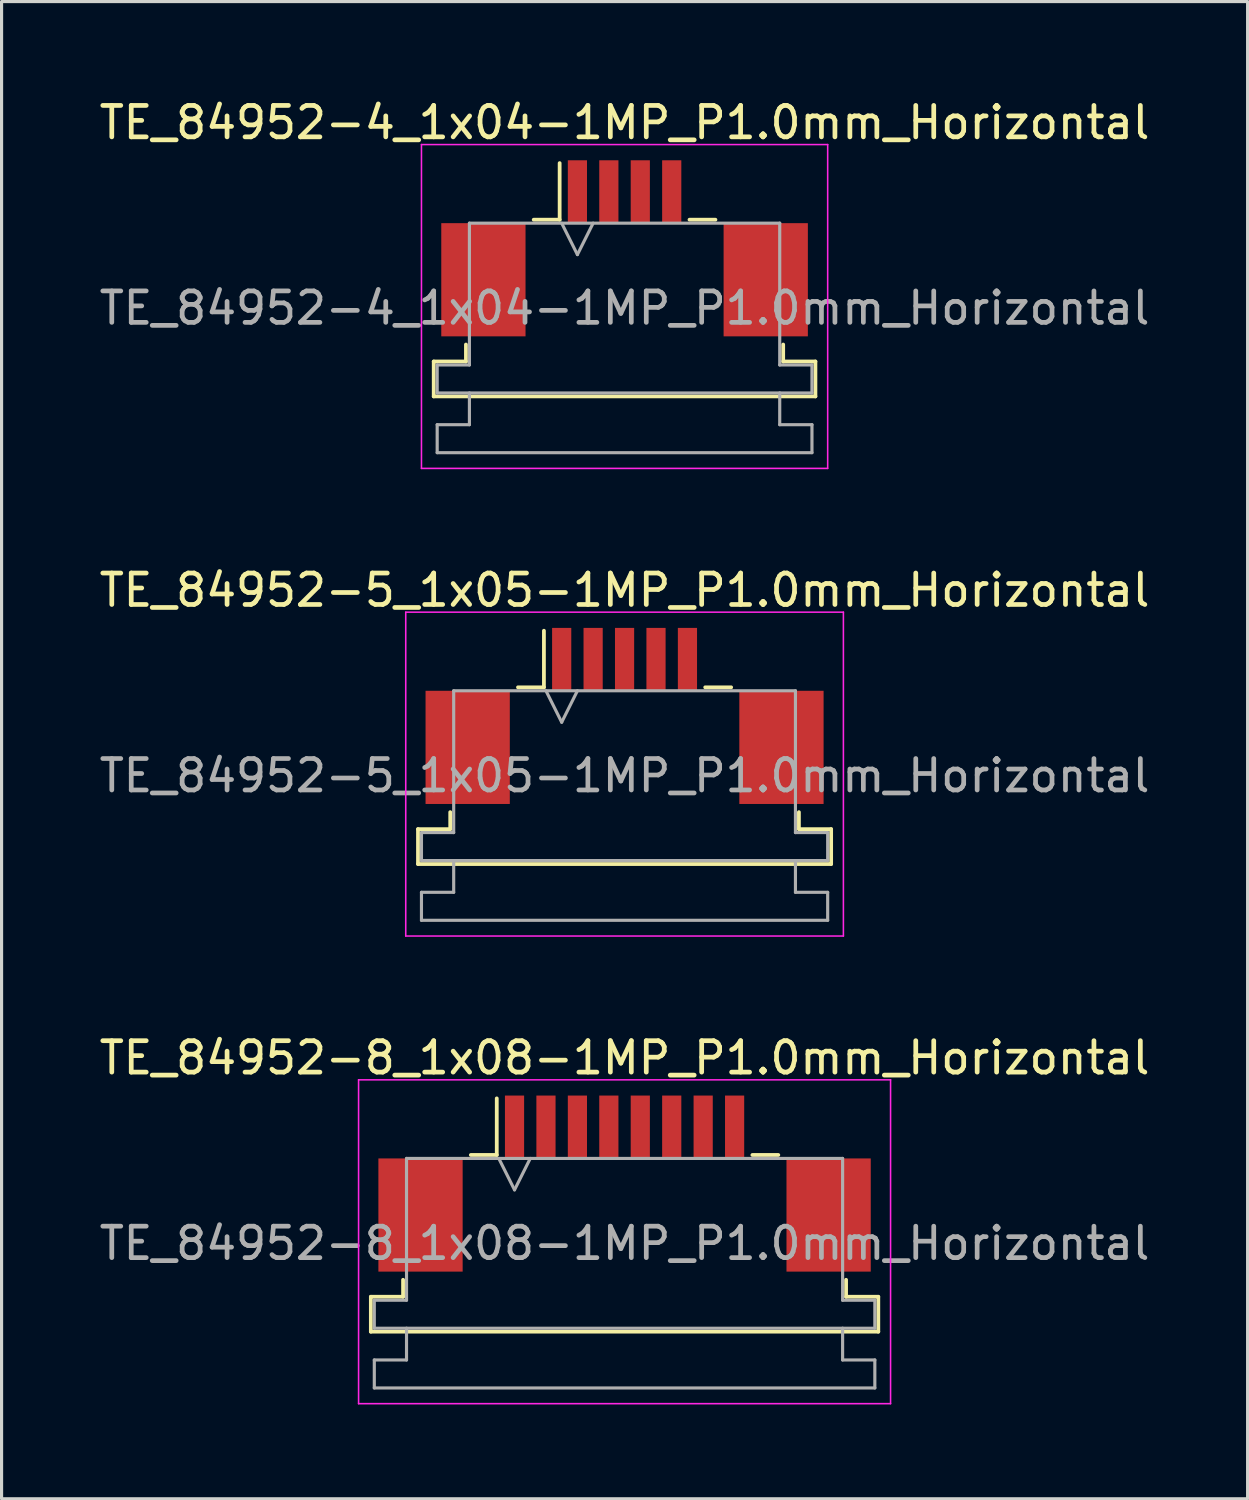
<source format=kicad_pcb>
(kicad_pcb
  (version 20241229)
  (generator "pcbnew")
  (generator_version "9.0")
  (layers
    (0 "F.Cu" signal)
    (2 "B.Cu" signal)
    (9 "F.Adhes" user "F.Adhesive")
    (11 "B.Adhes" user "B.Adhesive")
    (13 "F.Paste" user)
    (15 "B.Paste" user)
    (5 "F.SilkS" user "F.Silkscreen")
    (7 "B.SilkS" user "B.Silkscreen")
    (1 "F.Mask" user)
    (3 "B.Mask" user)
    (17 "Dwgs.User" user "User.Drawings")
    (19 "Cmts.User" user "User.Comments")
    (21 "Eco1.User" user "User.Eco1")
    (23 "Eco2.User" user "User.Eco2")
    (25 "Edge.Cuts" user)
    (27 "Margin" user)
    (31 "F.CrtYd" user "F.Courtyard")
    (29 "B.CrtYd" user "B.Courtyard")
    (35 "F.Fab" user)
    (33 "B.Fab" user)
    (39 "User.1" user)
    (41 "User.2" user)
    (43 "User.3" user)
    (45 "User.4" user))
  (footprint "TE_84952-5_1x05-1MP_P1.0mm_Horizontal"
    (layer "F.Cu")
    (at 16.815 19.721)
    (property "Reference" "TE_84952-5_1x05-1MP_P1.0mm_Horizontal" (at 0 -4 0) (layer "F.SilkS") (effects (font (size 1 1) (thickness 0.15))))
    (attr smd)
    (fp_line (start -6.57 3.6) (end -5.545 3.6) (stroke (width 0.12) (type solid)) (layer "F.SilkS"))
    (fp_line (start -6.57 4.71) (end -6.57 3.6) (stroke (width 0.12) (type solid)) (layer "F.SilkS"))
    (fp_line (start -5.545 3.6) (end -5.545 3.06) (stroke (width 0.12) (type solid)) (layer "F.SilkS"))
    (fp_line (start -3.39 -0.91) (end -2.565 -0.91) (stroke (width 0.12) (type solid)) (layer "F.SilkS"))
    (fp_line (start -2.565 -0.91) (end -2.565 -2.71) (stroke (width 0.12) (type solid)) (layer "F.SilkS"))
    (fp_line (start 2.565 -0.91) (end 3.39 -0.91) (stroke (width 0.12) (type solid)) (layer "F.SilkS"))
    (fp_line (start 5.545 3.06) (end 5.545 3.6) (stroke (width 0.12) (type solid)) (layer "F.SilkS"))
    (fp_line (start 5.545 3.6) (end 6.57 3.6) (stroke (width 0.12) (type solid)) (layer "F.SilkS"))
    (fp_line (start 6.57 3.6) (end 6.57 4.71) (stroke (width 0.12) (type solid)) (layer "F.SilkS"))
    (fp_line (start 6.57 4.71) (end -6.57 4.71) (stroke (width 0.12) (type solid)) (layer "F.SilkS"))
    (fp_line (start -6.96 -3.3) (end -6.96 7) (stroke (width 0.05) (type solid)) (layer "F.CrtYd"))
    (fp_line (start -6.96 7) (end 6.96 7) (stroke (width 0.05) (type solid)) (layer "F.CrtYd"))
    (fp_line (start 6.96 -3.3) (end -6.96 -3.3) (stroke (width 0.05) (type solid)) (layer "F.CrtYd"))
    (fp_line (start 6.96 7) (end 6.96 -3.3) (stroke (width 0.05) (type solid)) (layer "F.CrtYd"))
    (fp_line (start -6.46 3.71) (end -5.435 3.71) (stroke (width 0.1) (type solid)) (layer "F.Fab"))
    (fp_line (start -6.46 4.6) (end -6.46 3.71) (stroke (width 0.1) (type solid)) (layer "F.Fab"))
    (fp_line (start -6.46 5.61) (end -5.435 5.61) (stroke (width 0.1) (type solid)) (layer "F.Fab"))
    (fp_line (start -6.46 6.5) (end -6.46 5.61) (stroke (width 0.1) (type solid)) (layer "F.Fab"))
    (fp_line (start -5.435 -0.8) (end 5.435 -0.8) (stroke (width 0.1) (type solid)) (layer "F.Fab"))
    (fp_line (start -5.435 3.71) (end -5.435 -0.8) (stroke (width 0.1) (type solid)) (layer "F.Fab"))
    (fp_line (start -5.435 5.61) (end -5.435 4.6) (stroke (width 0.1) (type solid)) (layer "F.Fab"))
    (fp_line (start -2.5 -0.8) (end -2 0.2) (stroke (width 0.1) (type solid)) (layer "F.Fab"))
    (fp_line (start -2 0.2) (end -1.5 -0.8) (stroke (width 0.1) (type solid)) (layer "F.Fab"))
    (fp_line (start 5.435 -0.8) (end 5.435 3.71) (stroke (width 0.1) (type solid)) (layer "F.Fab"))
    (fp_line (start 5.435 3.71) (end 6.46 3.71) (stroke (width 0.1) (type solid)) (layer "F.Fab"))
    (fp_line (start 5.435 4.6) (end 5.435 5.61) (stroke (width 0.1) (type solid)) (layer "F.Fab"))
    (fp_line (start 5.435 5.61) (end 6.46 5.61) (stroke (width 0.1) (type solid)) (layer "F.Fab"))
    (fp_line (start 6.46 3.71) (end 6.46 4.6) (stroke (width 0.1) (type solid)) (layer "F.Fab"))
    (fp_line (start 6.46 4.6) (end -6.46 4.6) (stroke (width 0.1) (type solid)) (layer "F.Fab"))
    (fp_line (start 6.46 5.61) (end 6.46 6.5) (stroke (width 0.1) (type solid)) (layer "F.Fab"))
    (fp_line (start 6.46 6.5) (end -6.46 6.5) (stroke (width 0.1) (type solid)) (layer "F.Fab"))
    (fp_text user "${REFERENCE}" (at 0 1.9 0) (layer "F.Fab") (effects (font (size 1 1) (thickness 0.15))))
    (pad "1" smd rect (at -2 -1.8) (size 0.61 2) (layers "F.Cu" "F.Mask" "F.Paste"))
    (pad "2" smd rect (at -1 -1.8) (size 0.61 2) (layers "F.Cu" "F.Mask" "F.Paste"))
    (pad "3" smd rect (at 0 -1.8) (size 0.61 2) (layers "F.Cu" "F.Mask" "F.Paste"))
    (pad "4" smd rect (at 1 -1.8) (size 0.61 2) (layers "F.Cu" "F.Mask" "F.Paste"))
    (pad "5" smd rect (at 2 -1.8) (size 0.61 2) (layers "F.Cu" "F.Mask" "F.Paste"))
    (pad "MP" smd rect (at -4.99 1) (size 2.68 3.6) (layers "F.Cu" "F.Mask" "F.Paste"))
    (pad "MP" smd rect (at 4.99 1) (size 2.68 3.6) (layers "F.Cu" "F.Mask" "F.Paste")))
  (footprint "TE_84952-8_1x08-1MP_P1.0mm_Horizontal"
    (layer "F.Cu")
    (at 16.815 34.595)
    (property "Reference" "TE_84952-8_1x08-1MP_P1.0mm_Horizontal" (at 0 -4 0) (layer "F.SilkS") (effects (font (size 1 1) (thickness 0.15))))
    (attr smd)
    (fp_line (start -8.07 3.6) (end -7.045 3.6) (stroke (width 0.12) (type solid)) (layer "F.SilkS"))
    (fp_line (start -8.07 4.71) (end -8.07 3.6) (stroke (width 0.12) (type solid)) (layer "F.SilkS"))
    (fp_line (start -7.045 3.6) (end -7.045 3.06) (stroke (width 0.12) (type solid)) (layer "F.SilkS"))
    (fp_line (start -4.89 -0.91) (end -4.065 -0.91) (stroke (width 0.12) (type solid)) (layer "F.SilkS"))
    (fp_line (start -4.065 -0.91) (end -4.065 -2.71) (stroke (width 0.12) (type solid)) (layer "F.SilkS"))
    (fp_line (start 4.065 -0.91) (end 4.89 -0.91) (stroke (width 0.12) (type solid)) (layer "F.SilkS"))
    (fp_line (start 7.045 3.06) (end 7.045 3.6) (stroke (width 0.12) (type solid)) (layer "F.SilkS"))
    (fp_line (start 7.045 3.6) (end 8.07 3.6) (stroke (width 0.12) (type solid)) (layer "F.SilkS"))
    (fp_line (start 8.07 3.6) (end 8.07 4.71) (stroke (width 0.12) (type solid)) (layer "F.SilkS"))
    (fp_line (start 8.07 4.71) (end -8.07 4.71) (stroke (width 0.12) (type solid)) (layer "F.SilkS"))
    (fp_line (start -8.46 -3.3) (end -8.46 7) (stroke (width 0.05) (type solid)) (layer "F.CrtYd"))
    (fp_line (start -8.46 7) (end 8.46 7) (stroke (width 0.05) (type solid)) (layer "F.CrtYd"))
    (fp_line (start 8.46 -3.3) (end -8.46 -3.3) (stroke (width 0.05) (type solid)) (layer "F.CrtYd"))
    (fp_line (start 8.46 7) (end 8.46 -3.3) (stroke (width 0.05) (type solid)) (layer "F.CrtYd"))
    (fp_line (start -7.96 3.71) (end -6.935 3.71) (stroke (width 0.1) (type solid)) (layer "F.Fab"))
    (fp_line (start -7.96 4.6) (end -7.96 3.71) (stroke (width 0.1) (type solid)) (layer "F.Fab"))
    (fp_line (start -7.96 5.61) (end -6.935 5.61) (stroke (width 0.1) (type solid)) (layer "F.Fab"))
    (fp_line (start -7.96 6.5) (end -7.96 5.61) (stroke (width 0.1) (type solid)) (layer "F.Fab"))
    (fp_line (start -6.935 -0.8) (end 6.935 -0.8) (stroke (width 0.1) (type solid)) (layer "F.Fab"))
    (fp_line (start -6.935 3.71) (end -6.935 -0.8) (stroke (width 0.1) (type solid)) (layer "F.Fab"))
    (fp_line (start -6.935 5.61) (end -6.935 4.6) (stroke (width 0.1) (type solid)) (layer "F.Fab"))
    (fp_line (start -4 -0.8) (end -3.5 0.2) (stroke (width 0.1) (type solid)) (layer "F.Fab"))
    (fp_line (start -3.5 0.2) (end -3 -0.8) (stroke (width 0.1) (type solid)) (layer "F.Fab"))
    (fp_line (start 6.935 -0.8) (end 6.935 3.71) (stroke (width 0.1) (type solid)) (layer "F.Fab"))
    (fp_line (start 6.935 3.71) (end 7.96 3.71) (stroke (width 0.1) (type solid)) (layer "F.Fab"))
    (fp_line (start 6.935 4.6) (end 6.935 5.61) (stroke (width 0.1) (type solid)) (layer "F.Fab"))
    (fp_line (start 6.935 5.61) (end 7.96 5.61) (stroke (width 0.1) (type solid)) (layer "F.Fab"))
    (fp_line (start 7.96 3.71) (end 7.96 4.6) (stroke (width 0.1) (type solid)) (layer "F.Fab"))
    (fp_line (start 7.96 4.6) (end -7.96 4.6) (stroke (width 0.1) (type solid)) (layer "F.Fab"))
    (fp_line (start 7.96 5.61) (end 7.96 6.5) (stroke (width 0.1) (type solid)) (layer "F.Fab"))
    (fp_line (start 7.96 6.5) (end -7.96 6.5) (stroke (width 0.1) (type solid)) (layer "F.Fab"))
    (fp_text user "${REFERENCE}" (at 0 1.9 0) (layer "F.Fab") (effects (font (size 1 1) (thickness 0.15))))
    (pad "1" smd rect (at -3.5 -1.8) (size 0.61 2) (layers "F.Cu" "F.Mask" "F.Paste"))
    (pad "2" smd rect (at -2.5 -1.8) (size 0.61 2) (layers "F.Cu" "F.Mask" "F.Paste"))
    (pad "3" smd rect (at -1.5 -1.8) (size 0.61 2) (layers "F.Cu" "F.Mask" "F.Paste"))
    (pad "4" smd rect (at -0.5 -1.8) (size 0.61 2) (layers "F.Cu" "F.Mask" "F.Paste"))
    (pad "5" smd rect (at 0.5 -1.8) (size 0.61 2) (layers "F.Cu" "F.Mask" "F.Paste"))
    (pad "6" smd rect (at 1.5 -1.8) (size 0.61 2) (layers "F.Cu" "F.Mask" "F.Paste"))
    (pad "7" smd rect (at 2.5 -1.8) (size 0.61 2) (layers "F.Cu" "F.Mask" "F.Paste"))
    (pad "8" smd rect (at 3.5 -1.8) (size 0.61 2) (layers "F.Cu" "F.Mask" "F.Paste"))
    (pad "MP" smd rect (at -6.49 1) (size 2.68 3.6) (layers "F.Cu" "F.Mask" "F.Paste"))
    (pad "MP" smd rect (at 6.49 1) (size 2.68 3.6) (layers "F.Cu" "F.Mask" "F.Paste")))
  (footprint "TE_84952-4_1x04-1MP_P1.0mm_Horizontal"
    (layer "F.Cu")
    (at 16.815 4.848)
    (property "Reference" "TE_84952-4_1x04-1MP_P1.0mm_Horizontal" (at 0 -4 0) (layer "F.SilkS") (effects (font (size 1 1) (thickness 0.15))))
    (attr smd)
    (fp_line (start -6.07 3.6) (end -5.045 3.6) (stroke (width 0.12) (type solid)) (layer "F.SilkS"))
    (fp_line (start -6.07 4.71) (end -6.07 3.6) (stroke (width 0.12) (type solid)) (layer "F.SilkS"))
    (fp_line (start -5.045 3.6) (end -5.045 3.06) (stroke (width 0.12) (type solid)) (layer "F.SilkS"))
    (fp_line (start -2.89 -0.91) (end -2.065 -0.91) (stroke (width 0.12) (type solid)) (layer "F.SilkS"))
    (fp_line (start -2.065 -0.91) (end -2.065 -2.71) (stroke (width 0.12) (type solid)) (layer "F.SilkS"))
    (fp_line (start 2.065 -0.91) (end 2.89 -0.91) (stroke (width 0.12) (type solid)) (layer "F.SilkS"))
    (fp_line (start 5.045 3.06) (end 5.045 3.6) (stroke (width 0.12) (type solid)) (layer "F.SilkS"))
    (fp_line (start 5.045 3.6) (end 6.07 3.6) (stroke (width 0.12) (type solid)) (layer "F.SilkS"))
    (fp_line (start 6.07 3.6) (end 6.07 4.71) (stroke (width 0.12) (type solid)) (layer "F.SilkS"))
    (fp_line (start 6.07 4.71) (end -6.07 4.71) (stroke (width 0.12) (type solid)) (layer "F.SilkS"))
    (fp_line (start -6.46 -3.3) (end -6.46 7) (stroke (width 0.05) (type solid)) (layer "F.CrtYd"))
    (fp_line (start -6.46 7) (end 6.46 7) (stroke (width 0.05) (type solid)) (layer "F.CrtYd"))
    (fp_line (start 6.46 -3.3) (end -6.46 -3.3) (stroke (width 0.05) (type solid)) (layer "F.CrtYd"))
    (fp_line (start 6.46 7) (end 6.46 -3.3) (stroke (width 0.05) (type solid)) (layer "F.CrtYd"))
    (fp_line (start -5.96 3.71) (end -4.935 3.71) (stroke (width 0.1) (type solid)) (layer "F.Fab"))
    (fp_line (start -5.96 4.6) (end -5.96 3.71) (stroke (width 0.1) (type solid)) (layer "F.Fab"))
    (fp_line (start -5.96 5.61) (end -4.935 5.61) (stroke (width 0.1) (type solid)) (layer "F.Fab"))
    (fp_line (start -5.96 6.5) (end -5.96 5.61) (stroke (width 0.1) (type solid)) (layer "F.Fab"))
    (fp_line (start -4.935 -0.8) (end 4.935 -0.8) (stroke (width 0.1) (type solid)) (layer "F.Fab"))
    (fp_line (start -4.935 3.71) (end -4.935 -0.8) (stroke (width 0.1) (type solid)) (layer "F.Fab"))
    (fp_line (start -4.935 5.61) (end -4.935 4.6) (stroke (width 0.1) (type solid)) (layer "F.Fab"))
    (fp_line (start -2 -0.8) (end -1.5 0.2) (stroke (width 0.1) (type solid)) (layer "F.Fab"))
    (fp_line (start -1.5 0.2) (end -1 -0.8) (stroke (width 0.1) (type solid)) (layer "F.Fab"))
    (fp_line (start 4.935 -0.8) (end 4.935 3.71) (stroke (width 0.1) (type solid)) (layer "F.Fab"))
    (fp_line (start 4.935 3.71) (end 5.96 3.71) (stroke (width 0.1) (type solid)) (layer "F.Fab"))
    (fp_line (start 4.935 4.6) (end 4.935 5.61) (stroke (width 0.1) (type solid)) (layer "F.Fab"))
    (fp_line (start 4.935 5.61) (end 5.96 5.61) (stroke (width 0.1) (type solid)) (layer "F.Fab"))
    (fp_line (start 5.96 3.71) (end 5.96 4.6) (stroke (width 0.1) (type solid)) (layer "F.Fab"))
    (fp_line (start 5.96 4.6) (end -5.96 4.6) (stroke (width 0.1) (type solid)) (layer "F.Fab"))
    (fp_line (start 5.96 5.61) (end 5.96 6.5) (stroke (width 0.1) (type solid)) (layer "F.Fab"))
    (fp_line (start 5.96 6.5) (end -5.96 6.5) (stroke (width 0.1) (type solid)) (layer "F.Fab"))
    (fp_text user "${REFERENCE}" (at 0 1.9 0) (layer "F.Fab") (effects (font (size 1 1) (thickness 0.15))))
    (pad "1" smd rect (at -1.5 -1.8) (size 0.61 2) (layers "F.Cu" "F.Mask" "F.Paste"))
    (pad "2" smd rect (at -0.5 -1.8) (size 0.61 2) (layers "F.Cu" "F.Mask" "F.Paste"))
    (pad "3" smd rect (at 0.5 -1.8) (size 0.61 2) (layers "F.Cu" "F.Mask" "F.Paste"))
    (pad "4" smd rect (at 1.5 -1.8) (size 0.61 2) (layers "F.Cu" "F.Mask" "F.Paste"))
    (pad "MP" smd rect (at -4.49 1) (size 2.68 3.6) (layers "F.Cu" "F.Mask" "F.Paste"))
    (pad "MP" smd rect (at 4.49 1) (size 2.68 3.6) (layers "F.Cu" "F.Mask" "F.Paste")))
  (gr_rect
    (start -3 -3)
    (end 36.631 44.62)
    (stroke (width 0.1) (type default))
    (fill no)
    (layer "Edge.Cuts")))
</source>
